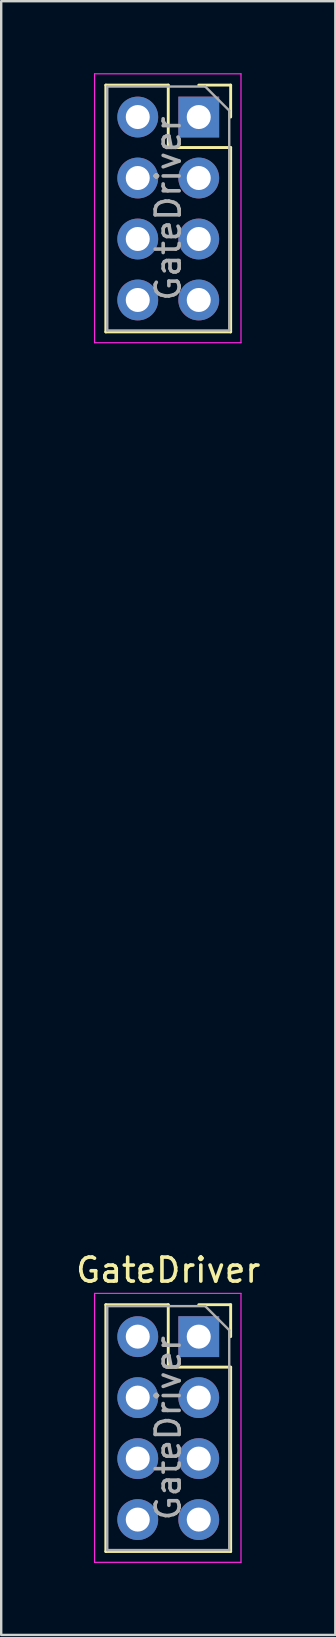
<source format=kicad_pcb>
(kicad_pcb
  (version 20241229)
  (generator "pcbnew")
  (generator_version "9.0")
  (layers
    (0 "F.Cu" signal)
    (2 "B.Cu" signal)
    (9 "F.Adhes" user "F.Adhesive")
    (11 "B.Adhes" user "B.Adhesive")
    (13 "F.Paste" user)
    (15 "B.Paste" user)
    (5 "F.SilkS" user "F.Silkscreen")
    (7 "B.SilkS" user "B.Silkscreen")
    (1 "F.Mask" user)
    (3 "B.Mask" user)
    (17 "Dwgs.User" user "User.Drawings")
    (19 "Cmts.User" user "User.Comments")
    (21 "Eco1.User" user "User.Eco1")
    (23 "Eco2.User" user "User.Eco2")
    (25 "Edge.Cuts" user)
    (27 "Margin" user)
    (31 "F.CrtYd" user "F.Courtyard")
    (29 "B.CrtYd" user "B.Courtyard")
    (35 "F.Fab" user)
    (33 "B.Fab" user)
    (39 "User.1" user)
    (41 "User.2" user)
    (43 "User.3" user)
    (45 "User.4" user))
  (footprint "GateDriver"
    (layer "F.Cu")
    (at 5.228 52.625)
    (property "Reference" "GateDriver" (at -1.27 -2.77 0) (layer "F.SilkS") (effects (font (size 1 1) (thickness 0.15))))
    (attr through_hole)
    (fp_line (start -3.87 -52.13) (end -3.87 -41.85) (stroke (width 0.12) (type solid)) (layer "F.SilkS"))
    (fp_line (start -3.87 -52.13) (end -1.27 -52.13) (stroke (width 0.12) (type solid)) (layer "F.SilkS"))
    (fp_line (start -3.87 -41.85) (end 1.33 -41.85) (stroke (width 0.12) (type solid)) (layer "F.SilkS"))
    (fp_line (start -3.87 -1.33) (end -3.87 8.95) (stroke (width 0.12) (type solid)) (layer "F.SilkS"))
    (fp_line (start -3.87 -1.33) (end -1.27 -1.33) (stroke (width 0.12) (type solid)) (layer "F.SilkS"))
    (fp_line (start -3.87 8.95) (end 1.33 8.95) (stroke (width 0.12) (type solid)) (layer "F.SilkS"))
    (fp_line (start -1.27 -52.13) (end -1.27 -49.53) (stroke (width 0.12) (type solid)) (layer "F.SilkS"))
    (fp_line (start -1.27 -49.53) (end 1.33 -49.53) (stroke (width 0.12) (type solid)) (layer "F.SilkS"))
    (fp_line (start -1.27 -1.33) (end -1.27 1.27) (stroke (width 0.12) (type solid)) (layer "F.SilkS"))
    (fp_line (start -1.27 1.27) (end 1.33 1.27) (stroke (width 0.12) (type solid)) (layer "F.SilkS"))
    (fp_line (start 0 -52.13) (end 1.33 -52.13) (stroke (width 0.12) (type solid)) (layer "F.SilkS"))
    (fp_line (start 0 -1.33) (end 1.33 -1.33) (stroke (width 0.12) (type solid)) (layer "F.SilkS"))
    (fp_line (start 1.33 -52.13) (end 1.33 -50.8) (stroke (width 0.12) (type solid)) (layer "F.SilkS"))
    (fp_line (start 1.33 -49.53) (end 1.33 -41.85) (stroke (width 0.12) (type solid)) (layer "F.SilkS"))
    (fp_line (start 1.33 -1.33) (end 1.33 0) (stroke (width 0.12) (type solid)) (layer "F.SilkS"))
    (fp_line (start 1.33 1.27) (end 1.33 8.95) (stroke (width 0.12) (type solid)) (layer "F.SilkS"))
    (fp_line (start -4.34 -52.6) (end 1.76 -52.6) (stroke (width 0.05) (type solid)) (layer "F.CrtYd"))
    (fp_line (start -4.34 -41.4) (end -4.34 -52.6) (stroke (width 0.05) (type solid)) (layer "F.CrtYd"))
    (fp_line (start -4.34 -1.8) (end 1.76 -1.8) (stroke (width 0.05) (type solid)) (layer "F.CrtYd"))
    (fp_line (start -4.34 9.4) (end -4.34 -1.8) (stroke (width 0.05) (type solid)) (layer "F.CrtYd"))
    (fp_line (start 1.76 -52.6) (end 1.76 -41.4) (stroke (width 0.05) (type solid)) (layer "F.CrtYd"))
    (fp_line (start 1.76 -41.4) (end -4.34 -41.4) (stroke (width 0.05) (type solid)) (layer "F.CrtYd"))
    (fp_line (start 1.76 -1.8) (end 1.76 9.4) (stroke (width 0.05) (type solid)) (layer "F.CrtYd"))
    (fp_line (start 1.76 9.4) (end -4.34 9.4) (stroke (width 0.05) (type solid)) (layer "F.CrtYd"))
    (fp_line (start -3.81 -52.07) (end 0.27 -52.07) (stroke (width 0.1) (type solid)) (layer "F.Fab"))
    (fp_line (start -3.81 -41.91) (end -3.81 -52.07) (stroke (width 0.1) (type solid)) (layer "F.Fab"))
    (fp_line (start -3.81 -1.27) (end 0.27 -1.27) (stroke (width 0.1) (type solid)) (layer "F.Fab"))
    (fp_line (start -3.81 8.89) (end -3.81 -1.27) (stroke (width 0.1) (type solid)) (layer "F.Fab"))
    (fp_line (start 0.27 -52.07) (end 1.27 -51.07) (stroke (width 0.1) (type solid)) (layer "F.Fab"))
    (fp_line (start 0.27 -1.27) (end 1.27 -0.27) (stroke (width 0.1) (type solid)) (layer "F.Fab"))
    (fp_line (start 1.27 -51.07) (end 1.27 -41.91) (stroke (width 0.1) (type solid)) (layer "F.Fab"))
    (fp_line (start 1.27 -41.91) (end -3.81 -41.91) (stroke (width 0.1) (type solid)) (layer "F.Fab"))
    (fp_line (start 1.27 -0.27) (end 1.27 8.89) (stroke (width 0.1) (type solid)) (layer "F.Fab"))
    (fp_line (start 1.27 8.89) (end -3.81 8.89) (stroke (width 0.1) (type solid)) (layer "F.Fab"))
    (fp_text user "${REFERENCE}" (at -1.27 3.81 90) (layer "F.Fab") (effects (font (size 1 1) (thickness 0.15))))
    (fp_text user "${REFERENCE}" (at -1.27 -46.99 90) (layer "F.Fab") (effects (font (size 1 1) (thickness 0.15))))
    (pad "1" thru_hole oval (at -2.54 -50.8) (size 1.7 1.7) (drill 1) (layers "*.Cu" "*.Mask"))
    (pad "1" thru_hole rect (at 0 -50.8) (size 1.7 1.7) (drill 1) (layers "*.Cu" "*.Mask"))
    (pad "2" thru_hole oval (at -2.54 -48.26) (size 1.7 1.7) (drill 1) (layers "*.Cu" "*.Mask"))
    (pad "2" thru_hole oval (at 0 -48.26) (size 1.7 1.7) (drill 1) (layers "*.Cu" "*.Mask"))
    (pad "3" thru_hole oval (at -2.54 -45.72) (size 1.7 1.7) (drill 1) (layers "*.Cu" "*.Mask"))
    (pad "3" thru_hole oval (at 0 -45.72) (size 1.7 1.7) (drill 1) (layers "*.Cu" "*.Mask"))
    (pad "4" thru_hole oval (at -2.54 -43.18) (size 1.7 1.7) (drill 1) (layers "*.Cu" "*.Mask"))
    (pad "4" thru_hole oval (at 0 -43.18) (size 1.7 1.7) (drill 1) (layers "*.Cu" "*.Mask"))
    (pad "5" thru_hole oval (at -2.54 0) (size 1.7 1.7) (drill 1) (layers "*.Cu" "*.Mask"))
    (pad "5" thru_hole rect (at 0 0) (size 1.7 1.7) (drill 1) (layers "*.Cu" "*.Mask"))
    (pad "6" thru_hole oval (at -2.54 2.54) (size 1.7 1.7) (drill 1) (layers "*.Cu" "*.Mask"))
    (pad "6" thru_hole oval (at 0 2.54) (size 1.7 1.7) (drill 1) (layers "*.Cu" "*.Mask"))
    (pad "7" thru_hole oval (at -2.54 5.08) (size 1.7 1.7) (drill 1) (layers "*.Cu" "*.Mask"))
    (pad "7" thru_hole oval (at 0 5.08) (size 1.7 1.7) (drill 1) (layers "*.Cu" "*.Mask"))
    (pad "8" thru_hole oval (at -2.54 7.62) (size 1.7 1.7) (drill 1) (layers "*.Cu" "*.Mask"))
    (pad "8" thru_hole oval (at 0 7.62) (size 1.7 1.7) (drill 1) (layers "*.Cu" "*.Mask")))
  (gr_rect
    (start -3 -3)
    (end 10.917 65.05)
    (stroke (width 0.1) (type default))
    (fill no)
    (layer "Edge.Cuts")))
</source>
